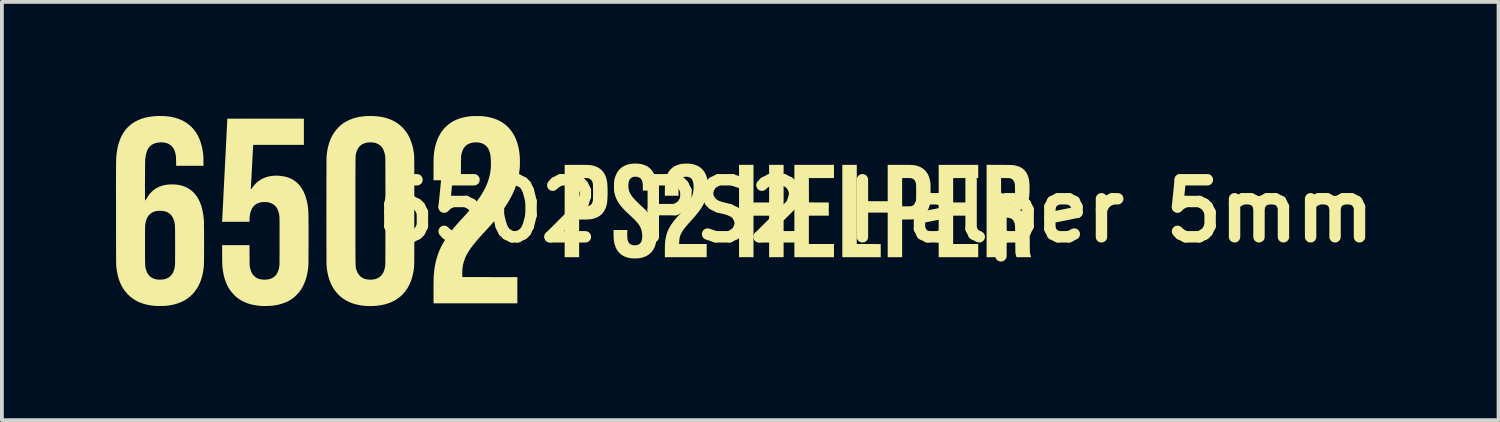
<source format=kicad_pcb>
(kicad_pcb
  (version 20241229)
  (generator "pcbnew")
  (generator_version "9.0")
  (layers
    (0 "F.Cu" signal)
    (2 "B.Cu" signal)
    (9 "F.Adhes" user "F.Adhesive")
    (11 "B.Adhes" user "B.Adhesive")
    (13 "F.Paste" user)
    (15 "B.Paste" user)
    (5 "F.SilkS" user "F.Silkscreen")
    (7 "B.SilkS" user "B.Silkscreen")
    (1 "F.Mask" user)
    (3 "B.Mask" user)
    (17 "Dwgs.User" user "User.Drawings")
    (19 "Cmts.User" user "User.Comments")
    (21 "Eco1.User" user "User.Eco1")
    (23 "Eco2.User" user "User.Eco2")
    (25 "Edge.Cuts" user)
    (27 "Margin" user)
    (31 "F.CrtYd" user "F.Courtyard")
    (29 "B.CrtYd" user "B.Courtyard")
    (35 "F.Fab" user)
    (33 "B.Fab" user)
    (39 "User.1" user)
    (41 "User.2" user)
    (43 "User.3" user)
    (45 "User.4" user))
  (footprint "6502 PS2 Helper 5mm"
    (layer "F.Cu")
    (at 19.987 2.499)
    (property "Reference" "6502 PS2 Helper 5mm" (at 0 0 0) (layer "F.SilkS") (effects (font (size 1.5 1.5) (thickness 0.3))))
    (attr board_only exclude_from_pos_files exclude_from_bom)
    (fp_poly (pts (xy -0.506 -0.173) (xy -0.506 0.867) (xy -0.191 0.868) (xy 0.123 0.869) (xy 0.124 1.042) (xy 0.125 1.214) (xy -0.381 1.214) (xy -0.886 1.214) (xy -0.886 0) (xy -0.886 -1.214) (xy -0.696 -1.214) (xy -0.506 -1.214)) (stroke (width 0) (type solid)) (fill yes) (layer "F.SilkS"))
    (fp_poly (pts (xy -3.222 -0.719) (xy -3.222 -0.224) (xy -3.016 -0.224) (xy -2.811 -0.224) (xy -2.811 -0.719) (xy -2.811 -1.214) (xy -2.621 -1.214) (xy -2.43 -1.214) (xy -2.43 0) (xy -2.43 1.214) (xy -2.621 1.214) (xy -2.811 1.214) (xy -2.811 0.668) (xy -2.811 0.123) (xy -3.016 0.123) (xy -3.222 0.123) (xy -3.222 0.668) (xy -3.222 1.214) (xy -3.412 1.214) (xy -3.602 1.214) (xy -3.602 0) (xy -3.602 -1.214) (xy -3.412 -1.214) (xy -3.222 -1.214)) (stroke (width 0) (type solid)) (fill yes) (layer "F.SilkS"))
    (fp_poly (pts (xy -1.106 -1.041) (xy -1.106 -0.867) (xy -1.436 -0.867) (xy -1.766 -0.867) (xy -1.765 -0.547) (xy -1.764 -0.226) (xy -1.503 -0.225) (xy -1.242 -0.224) (xy -1.242 -0.051) (xy -1.242 0.123) (xy -1.504 0.123) (xy -1.766 0.123) (xy -1.766 0.495) (xy -1.766 0.867) (xy -1.436 0.867) (xy -1.106 0.867) (xy -1.106 1.041) (xy -1.106 1.214) (xy -1.627 1.214) (xy -2.147 1.214) (xy -2.147 0) (xy -2.147 -1.214) (xy -1.627 -1.214) (xy -1.106 -1.214)) (stroke (width 0) (type solid)) (fill yes) (layer "F.SilkS"))
    (fp_poly (pts (xy 2.688 -1.041) (xy 2.688 -0.867) (xy 2.359 -0.867) (xy 2.029 -0.867) (xy 2.029 -0.546) (xy 2.029 -0.224) (xy 2.291 -0.224) (xy 2.553 -0.224) (xy 2.552 -0.052) (xy 2.551 0.121) (xy 2.29 0.122) (xy 2.029 0.123) (xy 2.029 0.495) (xy 2.029 0.867) (xy 2.359 0.867) (xy 2.688 0.867) (xy 2.688 1.041) (xy 2.688 1.214) (xy 2.168 1.214) (xy 1.648 1.214) (xy 1.648 0) (xy 1.648 -1.214) (xy 2.168 -1.214) (xy 2.688 -1.214)) (stroke (width 0) (type solid)) (fill yes) (layer "F.SilkS"))
    (fp_poly (pts (xy -7.818 -1.214) (xy -7.764 -1.214) (xy -7.717 -1.214) (xy -7.676 -1.214) (xy -7.642 -1.213) (xy -7.613 -1.213) (xy -7.588 -1.212) (xy -7.568 -1.211) (xy -7.55 -1.21) (xy -7.536 -1.209) (xy -7.524 -1.208) (xy -7.521 -1.208) (xy -7.451 -1.196) (xy -7.386 -1.178) (xy -7.328 -1.154) (xy -7.275 -1.123) (xy -7.229 -1.087) (xy -7.187 -1.044) (xy -7.152 -0.995) (xy -7.122 -0.94) (xy -7.098 -0.879) (xy -7.08 -0.811) (xy -7.074 -0.783) (xy -7.07 -0.753) (xy -7.066 -0.717) (xy -7.063 -0.674) (xy -7.061 -0.627) (xy -7.059 -0.577) (xy -7.059 -0.525) (xy -7.059 -0.472) (xy -7.059 -0.419) (xy -7.061 -0.369) (xy -7.063 -0.321) (xy -7.066 -0.278) (xy -7.069 -0.241) (xy -7.073 -0.21) (xy -7.074 -0.207) (xy -7.09 -0.137) (xy -7.112 -0.073) (xy -7.14 -0.015) (xy -7.173 0.036) (xy -7.211 0.081) (xy -7.256 0.12) (xy -7.306 0.152) (xy -7.362 0.179) (xy -7.423 0.199) (xy -7.429 0.201) (xy -7.457 0.208) (xy -7.485 0.213) (xy -7.514 0.217) (xy -7.546 0.22) (xy -7.581 0.222) (xy -7.622 0.224) (xy -7.669 0.224) (xy -7.687 0.224) (xy -7.807 0.224) (xy -7.807 0.719) (xy -7.807 1.214) (xy -7.998 1.214) (xy -8.188 1.214) (xy -8.188 0) (xy -8.188 -0.495) (xy -7.807 -0.495) (xy -7.807 -0.123) (xy -7.698 -0.123) (xy -7.659 -0.123) (xy -7.627 -0.124) (xy -7.602 -0.124) (xy -7.584 -0.126) (xy -7.571 -0.128) (xy -7.568 -0.128) (xy -7.534 -0.141) (xy -7.506 -0.158) (xy -7.483 -0.18) (xy -7.466 -0.209) (xy -7.453 -0.244) (xy -7.449 -0.261) (xy -7.447 -0.269) (xy -7.446 -0.279) (xy -7.444 -0.29) (xy -7.444 -0.304) (xy -7.443 -0.321) (xy -7.442 -0.342) (xy -7.442 -0.368) (xy -7.442 -0.4) (xy -7.442 -0.439) (xy -7.441 -0.485) (xy -7.441 -0.495) (xy -7.442 -0.543) (xy -7.442 -0.583) (xy -7.442 -0.616) (xy -7.442 -0.643) (xy -7.443 -0.665) (xy -7.443 -0.683) (xy -7.444 -0.697) (xy -7.445 -0.709) (xy -7.447 -0.719) (xy -7.449 -0.727) (xy -7.449 -0.729) (xy -7.46 -0.767) (xy -7.475 -0.797) (xy -7.494 -0.822) (xy -7.517 -0.84) (xy -7.526 -0.845) (xy -7.539 -0.851) (xy -7.552 -0.856) (xy -7.565 -0.86) (xy -7.58 -0.863) (xy -7.598 -0.865) (xy -7.62 -0.866) (xy -7.647 -0.867) (xy -7.682 -0.867) (xy -7.698 -0.867) (xy -7.807 -0.867) (xy -7.807 -0.495) (xy -8.188 -0.495) (xy -8.188 -1.214) (xy -7.88 -1.214)) (stroke (width 0) (type solid)) (fill yes) (layer "F.SilkS"))
    (fp_poly (pts (xy 0.683 -1.214) (xy 0.742 -1.214) (xy 0.793 -1.214) (xy 0.838 -1.213) (xy 0.877 -1.213) (xy 0.911 -1.212) (xy 0.94 -1.21) (xy 0.966 -1.209) (xy 0.988 -1.207) (xy 1.008 -1.204) (xy 1.027 -1.201) (xy 1.044 -1.198) (xy 1.06 -1.194) (xy 1.077 -1.189) (xy 1.094 -1.184) (xy 1.1 -1.182) (xy 1.158 -1.16) (xy 1.21 -1.131) (xy 1.257 -1.097) (xy 1.289 -1.067) (xy 1.323 -1.027) (xy 1.352 -0.985) (xy 1.377 -0.94) (xy 1.397 -0.889) (xy 1.413 -0.833) (xy 1.426 -0.771) (xy 1.426 -0.77) (xy 1.428 -0.759) (xy 1.43 -0.748) (xy 1.431 -0.736) (xy 1.432 -0.722) (xy 1.432 -0.705) (xy 1.433 -0.685) (xy 1.434 -0.66) (xy 1.434 -0.63) (xy 1.434 -0.594) (xy 1.434 -0.552) (xy 1.434 -0.501) (xy 1.434 -0.495) (xy 1.434 -0.441) (xy 1.434 -0.394) (xy 1.434 -0.354) (xy 1.433 -0.32) (xy 1.432 -0.291) (xy 1.431 -0.266) (xy 1.43 -0.244) (xy 1.427 -0.225) (xy 1.425 -0.208) (xy 1.422 -0.191) (xy 1.418 -0.175) (xy 1.414 -0.157) (xy 1.41 -0.144) (xy 1.389 -0.08) (xy 1.362 -0.022) (xy 1.33 0.029) (xy 1.292 0.075) (xy 1.249 0.114) (xy 1.199 0.148) (xy 1.143 0.176) (xy 1.081 0.198) (xy 1.013 0.214) (xy 1 0.216) (xy 0.984 0.218) (xy 0.963 0.219) (xy 0.937 0.221) (xy 0.906 0.222) (xy 0.868 0.222) (xy 0.832 0.223) (xy 0.687 0.225) (xy 0.687 0.72) (xy 0.687 1.214) (xy 0.497 1.214) (xy 0.307 1.214) (xy 0.307 0) (xy 0.307 -0.495) (xy 0.687 -0.495) (xy 0.687 -0.123) (xy 0.799 -0.123) (xy 0.838 -0.123) (xy 0.869 -0.123) (xy 0.894 -0.124) (xy 0.912 -0.126) (xy 0.926 -0.127) (xy 0.931 -0.129) (xy 0.966 -0.141) (xy 0.994 -0.159) (xy 1.016 -0.182) (xy 1.033 -0.211) (xy 1.046 -0.247) (xy 1.049 -0.264) (xy 1.051 -0.278) (xy 1.052 -0.298) (xy 1.054 -0.325) (xy 1.055 -0.357) (xy 1.055 -0.393) (xy 1.056 -0.432) (xy 1.056 -0.473) (xy 1.056 -0.514) (xy 1.056 -0.555) (xy 1.055 -0.593) (xy 1.055 -0.63) (xy 1.054 -0.662) (xy 1.053 -0.689) (xy 1.051 -0.711) (xy 1.05 -0.724) (xy 1.049 -0.725) (xy 1.039 -0.764) (xy 1.024 -0.796) (xy 1.005 -0.821) (xy 0.981 -0.84) (xy 0.975 -0.844) (xy 0.962 -0.85) (xy 0.95 -0.856) (xy 0.937 -0.86) (xy 0.922 -0.863) (xy 0.905 -0.865) (xy 0.883 -0.866) (xy 0.856 -0.867) (xy 0.822 -0.867) (xy 0.799 -0.867) (xy 0.687 -0.867) (xy 0.687 -0.495) (xy 0.307 -0.495) (xy 0.307 -1.214) (xy 0.617 -1.214)) (stroke (width 0) (type solid)) (fill yes) (layer "F.SilkS"))
    (fp_poly (pts (xy -4.929 -1.247) (xy -4.901 -1.245) (xy -4.889 -1.244) (xy -4.819 -1.232) (xy -4.754 -1.214) (xy -4.695 -1.189) (xy -4.641 -1.159) (xy -4.594 -1.122) (xy -4.551 -1.079) (xy -4.52 -1.039) (xy -4.491 -0.989) (xy -4.466 -0.936) (xy -4.447 -0.878) (xy -4.432 -0.815) (xy -4.423 -0.746) (xy -4.419 -0.703) (xy -4.417 -0.615) (xy -4.423 -0.529) (xy -4.437 -0.443) (xy -4.46 -0.358) (xy -4.491 -0.274) (xy -4.53 -0.191) (xy -4.577 -0.107) (xy -4.597 -0.076) (xy -4.622 -0.038) (xy -4.649 -0.001) (xy -4.678 0.038) (xy -4.71 0.078) (xy -4.745 0.12) (xy -4.784 0.166) (xy -4.829 0.216) (xy -4.877 0.27) (xy -4.928 0.326) (xy -4.972 0.377) (xy -5.011 0.424) (xy -5.045 0.467) (xy -5.074 0.506) (xy -5.098 0.544) (xy -5.118 0.579) (xy -5.135 0.614) (xy -5.148 0.648) (xy -5.158 0.682) (xy -5.166 0.718) (xy -5.171 0.754) (xy -5.174 0.793) (xy -5.175 0.809) (xy -5.177 0.867) (xy -4.815 0.867) (xy -4.453 0.867) (xy -4.453 1.041) (xy -4.453 1.214) (xy -5.003 1.214) (xy -5.553 1.214) (xy -5.553 1.054) (xy -5.552 0.998) (xy -5.552 0.95) (xy -5.551 0.907) (xy -5.55 0.87) (xy -5.548 0.837) (xy -5.545 0.807) (xy -5.542 0.778) (xy -5.538 0.75) (xy -5.535 0.733) (xy -5.522 0.664) (xy -5.504 0.599) (xy -5.482 0.536) (xy -5.454 0.475) (xy -5.421 0.413) (xy -5.382 0.351) (xy -5.336 0.287) (xy -5.317 0.263) (xy -5.305 0.247) (xy -5.293 0.232) (xy -5.28 0.216) (xy -5.265 0.199) (xy -5.249 0.18) (xy -5.229 0.158) (xy -5.206 0.132) (xy -5.179 0.102) (xy -5.147 0.066) (xy -5.137 0.056) (xy -5.078 -0.012) (xy -5.025 -0.075) (xy -4.979 -0.134) (xy -4.939 -0.191) (xy -4.904 -0.246) (xy -4.875 -0.299) (xy -4.851 -0.351) (xy -4.832 -0.403) (xy -4.817 -0.455) (xy -4.807 -0.508) (xy -4.8 -0.563) (xy -4.799 -0.566) (xy -4.797 -0.6) (xy -4.797 -0.637) (xy -4.799 -0.675) (xy -4.802 -0.712) (xy -4.807 -0.745) (xy -4.81 -0.761) (xy -4.823 -0.8) (xy -4.842 -0.833) (xy -4.866 -0.86) (xy -4.895 -0.881) (xy -4.929 -0.894) (xy -4.961 -0.9) (xy -5.007 -0.902) (xy -5.049 -0.897) (xy -5.085 -0.886) (xy -5.116 -0.867) (xy -5.142 -0.843) (xy -5.163 -0.811) (xy -5.175 -0.782) (xy -5.18 -0.767) (xy -5.184 -0.751) (xy -5.187 -0.732) (xy -5.189 -0.709) (xy -5.191 -0.683) (xy -5.192 -0.651) (xy -5.193 -0.612) (xy -5.193 -0.567) (xy -5.193 -0.545) (xy -5.193 -0.402) (xy -5.373 -0.402) (xy -5.553 -0.402) (xy -5.553 -0.549) (xy -5.552 -0.608) (xy -5.551 -0.661) (xy -5.549 -0.706) (xy -5.546 -0.747) (xy -5.542 -0.784) (xy -5.537 -0.817) (xy -5.53 -0.849) (xy -5.522 -0.88) (xy -5.512 -0.911) (xy -5.509 -0.918) (xy -5.484 -0.979) (xy -5.452 -1.033) (xy -5.415 -1.082) (xy -5.371 -1.125) (xy -5.322 -1.162) (xy -5.267 -1.192) (xy -5.207 -1.216) (xy -5.141 -1.234) (xy -5.123 -1.238) (xy -5.099 -1.241) (xy -5.069 -1.244) (xy -5.034 -1.246) (xy -4.998 -1.247) (xy -4.962 -1.247)) (stroke (width 0) (type solid)) (fill yes) (layer "F.SilkS"))
    (fp_poly (pts (xy -6.255 -1.245) (xy -6.195 -1.238) (xy -6.143 -1.227) (xy -6.082 -1.207) (xy -6.026 -1.181) (xy -5.976 -1.148) (xy -5.93 -1.108) (xy -5.891 -1.062) (xy -5.856 -1.01) (xy -5.828 -0.952) (xy -5.805 -0.888) (xy -5.8 -0.869) (xy -5.792 -0.838) (xy -5.786 -0.806) (xy -5.781 -0.773) (xy -5.778 -0.737) (xy -5.776 -0.695) (xy -5.774 -0.647) (xy -5.774 -0.64) (xy -5.771 -0.537) (xy -5.952 -0.537) (xy -6.132 -0.537) (xy -6.132 -0.612) (xy -6.133 -0.658) (xy -6.134 -0.696) (xy -6.138 -0.729) (xy -6.142 -0.757) (xy -6.148 -0.781) (xy -6.149 -0.784) (xy -6.164 -0.82) (xy -6.184 -0.849) (xy -6.211 -0.871) (xy -6.242 -0.888) (xy -6.279 -0.898) (xy -6.322 -0.902) (xy -6.325 -0.902) (xy -6.345 -0.901) (xy -6.364 -0.9) (xy -6.379 -0.898) (xy -6.382 -0.897) (xy -6.417 -0.884) (xy -6.446 -0.864) (xy -6.47 -0.839) (xy -6.489 -0.807) (xy -6.502 -0.769) (xy -6.51 -0.725) (xy -6.513 -0.674) (xy -6.513 -0.67) (xy -6.512 -0.629) (xy -6.507 -0.589) (xy -6.499 -0.551) (xy -6.488 -0.513) (xy -6.472 -0.476) (xy -6.451 -0.438) (xy -6.426 -0.399) (xy -6.395 -0.359) (xy -6.359 -0.317) (xy -6.317 -0.272) (xy -6.269 -0.224) (xy -6.214 -0.172) (xy -6.181 -0.142) (xy -6.117 -0.083) (xy -6.061 -0.028) (xy -6.011 0.024) (xy -5.967 0.074) (xy -5.929 0.122) (xy -5.896 0.168) (xy -5.867 0.214) (xy -5.843 0.26) (xy -5.823 0.307) (xy -5.806 0.355) (xy -5.794 0.397) (xy -5.779 0.467) (xy -5.77 0.541) (xy -5.767 0.617) (xy -5.768 0.693) (xy -5.775 0.767) (xy -5.788 0.837) (xy -5.794 0.864) (xy -5.815 0.93) (xy -5.842 0.989) (xy -5.875 1.043) (xy -5.915 1.091) (xy -5.96 1.132) (xy -6.011 1.168) (xy -6.067 1.197) (xy -6.129 1.22) (xy -6.19 1.236) (xy -6.215 1.24) (xy -6.247 1.243) (xy -6.282 1.245) (xy -6.32 1.246) (xy -6.358 1.247) (xy -6.394 1.246) (xy -6.426 1.245) (xy -6.451 1.242) (xy -6.454 1.242) (xy -6.523 1.228) (xy -6.587 1.207) (xy -6.645 1.181) (xy -6.697 1.148) (xy -6.743 1.109) (xy -6.783 1.064) (xy -6.817 1.013) (xy -6.846 0.956) (xy -6.868 0.893) (xy -6.885 0.825) (xy -6.89 0.793) (xy -6.895 0.763) (xy -6.898 0.732) (xy -6.9 0.699) (xy -6.901 0.661) (xy -6.902 0.618) (xy -6.902 0.599) (xy -6.902 0.499) (xy -6.722 0.499) (xy -6.542 0.499) (xy -6.542 0.602) (xy -6.542 0.645) (xy -6.541 0.681) (xy -6.539 0.711) (xy -6.536 0.736) (xy -6.532 0.758) (xy -6.527 0.777) (xy -6.523 0.79) (xy -6.506 0.825) (xy -6.484 0.853) (xy -6.457 0.875) (xy -6.424 0.89) (xy -6.386 0.899) (xy -6.346 0.901) (xy -6.304 0.899) (xy -6.268 0.891) (xy -6.238 0.878) (xy -6.212 0.86) (xy -6.201 0.849) (xy -6.184 0.827) (xy -6.17 0.801) (xy -6.16 0.771) (xy -6.153 0.735) (xy -6.149 0.693) (xy -6.148 0.656) (xy -6.15 0.597) (xy -6.158 0.543) (xy -6.171 0.492) (xy -6.19 0.442) (xy -6.196 0.429) (xy -6.21 0.401) (xy -6.228 0.373) (xy -6.248 0.343) (xy -6.272 0.313) (xy -6.301 0.28) (xy -6.333 0.244) (xy -6.371 0.206) (xy -6.415 0.164) (xy -6.465 0.117) (xy -6.492 0.092) (xy -6.556 0.033) (xy -6.613 -0.024) (xy -6.663 -0.078) (xy -6.708 -0.129) (xy -6.746 -0.18) (xy -6.779 -0.229) (xy -6.808 -0.279) (xy -6.832 -0.329) (xy -6.852 -0.38) (xy -6.868 -0.433) (xy -6.88 -0.482) (xy -6.883 -0.498) (xy -6.886 -0.513) (xy -6.888 -0.527) (xy -6.889 -0.542) (xy -6.89 -0.559) (xy -6.891 -0.58) (xy -6.891 -0.606) (xy -6.891 -0.638) (xy -6.891 -0.647) (xy -6.891 -0.693) (xy -6.89 -0.733) (xy -6.888 -0.767) (xy -6.884 -0.797) (xy -6.879 -0.826) (xy -6.873 -0.854) (xy -6.864 -0.883) (xy -6.857 -0.904) (xy -6.832 -0.967) (xy -6.801 -1.023) (xy -6.765 -1.074) (xy -6.722 -1.118) (xy -6.674 -1.156) (xy -6.621 -1.187) (xy -6.562 -1.213) (xy -6.498 -1.231) (xy -6.442 -1.241) (xy -6.381 -1.247) (xy -6.318 -1.248)) (stroke (width 0) (type solid)) (fill yes) (layer "F.SilkS"))
    (fp_poly (pts (xy 3.246 -1.213) (xy 3.31 -1.213) (xy 3.366 -1.213) (xy 3.415 -1.212) (xy 3.457 -1.212) (xy 3.494 -1.211) (xy 3.525 -1.211) (xy 3.552 -1.21) (xy 3.575 -1.209) (xy 3.595 -1.207) (xy 3.612 -1.206) (xy 3.627 -1.204) (xy 3.641 -1.202) (xy 3.654 -1.199) (xy 3.668 -1.196) (xy 3.682 -1.192) (xy 3.697 -1.188) (xy 3.758 -1.169) (xy 3.812 -1.144) (xy 3.86 -1.113) (xy 3.901 -1.076) (xy 3.937 -1.034) (xy 3.968 -0.985) (xy 3.979 -0.963) (xy 3.995 -0.925) (xy 4.008 -0.884) (xy 4.019 -0.841) (xy 4.027 -0.793) (xy 4.033 -0.74) (xy 4.036 -0.682) (xy 4.038 -0.616) (xy 4.038 -0.59) (xy 4.037 -0.52) (xy 4.034 -0.457) (xy 4.03 -0.4) (xy 4.023 -0.35) (xy 4.014 -0.305) (xy 4.002 -0.264) (xy 3.988 -0.226) (xy 3.971 -0.192) (xy 3.951 -0.159) (xy 3.949 -0.157) (xy 3.925 -0.127) (xy 3.896 -0.097) (xy 3.863 -0.07) (xy 3.829 -0.048) (xy 3.806 -0.036) (xy 3.796 -0.031) (xy 3.79 -0.026) (xy 3.789 -0.025) (xy 3.794 -0.021) (xy 3.804 -0.016) (xy 3.818 -0.009) (xy 3.822 -0.007) (xy 3.866 0.015) (xy 3.903 0.042) (xy 3.935 0.074) (xy 3.962 0.111) (xy 3.985 0.154) (xy 4.003 0.205) (xy 4.015 0.247) (xy 4.019 0.264) (xy 4.022 0.28) (xy 4.025 0.296) (xy 4.028 0.313) (xy 4.03 0.33) (xy 4.033 0.349) (xy 4.034 0.371) (xy 4.036 0.395) (xy 4.037 0.423) (xy 4.038 0.455) (xy 4.039 0.492) (xy 4.04 0.535) (xy 4.04 0.584) (xy 4.041 0.639) (xy 4.042 0.702) (xy 4.042 0.742) (xy 4.043 0.805) (xy 4.043 0.86) (xy 4.044 0.907) (xy 4.044 0.948) (xy 4.045 0.983) (xy 4.045 1.012) (xy 4.046 1.037) (xy 4.047 1.057) (xy 4.047 1.074) (xy 4.048 1.087) (xy 4.049 1.098) (xy 4.05 1.108) (xy 4.052 1.116) (xy 4.053 1.123) (xy 4.054 1.127) (xy 4.059 1.148) (xy 4.065 1.168) (xy 4.07 1.184) (xy 4.071 1.188) (xy 4.076 1.2) (xy 4.079 1.209) (xy 4.08 1.212) (xy 4.076 1.213) (xy 4.065 1.213) (xy 4.046 1.213) (xy 4.022 1.214) (xy 3.992 1.214) (xy 3.958 1.214) (xy 3.921 1.214) (xy 3.888 1.214) (xy 3.695 1.214) (xy 3.691 1.203) (xy 3.688 1.194) (xy 3.684 1.179) (xy 3.679 1.16) (xy 3.675 1.146) (xy 3.665 1.102) (xy 3.661 0.747) (xy 3.661 0.68) (xy 3.66 0.622) (xy 3.659 0.571) (xy 3.659 0.527) (xy 3.658 0.49) (xy 3.657 0.458) (xy 3.657 0.431) (xy 3.656 0.409) (xy 3.655 0.392) (xy 3.654 0.378) (xy 3.653 0.367) (xy 3.652 0.359) (xy 3.652 0.357) (xy 3.642 0.314) (xy 3.629 0.278) (xy 3.612 0.249) (xy 3.592 0.225) (xy 3.567 0.206) (xy 3.536 0.192) (xy 3.52 0.186) (xy 3.509 0.183) (xy 3.499 0.18) (xy 3.487 0.179) (xy 3.473 0.177) (xy 3.455 0.176) (xy 3.431 0.175) (xy 3.4 0.175) (xy 3.39 0.174) (xy 3.289 0.173) (xy 3.289 0.693) (xy 3.289 1.214) (xy 3.099 1.214) (xy 2.908 1.214) (xy 2.908 -0.000211) (xy 2.908 -0.52) (xy 3.289 -0.52) (xy 3.289 -0.172) (xy 3.39 -0.175) (xy 3.424 -0.175) (xy 3.452 -0.176) (xy 3.473 -0.178) (xy 3.489 -0.179) (xy 3.502 -0.181) (xy 3.512 -0.183) (xy 3.513 -0.184) (xy 3.55 -0.198) (xy 3.58 -0.217) (xy 3.605 -0.24) (xy 3.624 -0.268) (xy 3.639 -0.304) (xy 3.646 -0.325) (xy 3.648 -0.334) (xy 3.65 -0.342) (xy 3.651 -0.352) (xy 3.652 -0.363) (xy 3.653 -0.377) (xy 3.654 -0.395) (xy 3.654 -0.417) (xy 3.655 -0.446) (xy 3.655 -0.48) (xy 3.655 -0.52) (xy 3.655 -0.568) (xy 3.654 -0.608) (xy 3.654 -0.641) (xy 3.653 -0.669) (xy 3.651 -0.692) (xy 3.649 -0.712) (xy 3.646 -0.728) (xy 3.642 -0.743) (xy 3.636 -0.757) (xy 3.63 -0.771) (xy 3.625 -0.782) (xy 3.608 -0.81) (xy 3.585 -0.833) (xy 3.556 -0.85) (xy 3.544 -0.855) (xy 3.536 -0.858) (xy 3.529 -0.86) (xy 3.52 -0.862) (xy 3.509 -0.864) (xy 3.495 -0.865) (xy 3.477 -0.865) (xy 3.453 -0.866) (xy 3.422 -0.866) (xy 3.405 -0.866) (xy 3.289 -0.868) (xy 3.289 -0.52) (xy 2.908 -0.52) (xy 2.908 -1.215)) (stroke (width 0) (type solid)) (fill yes) (layer "F.SilkS"))
    (fp_poly (pts (xy -10.458 -2.497) (xy -10.42 -2.497) (xy -10.386 -2.496) (xy -10.357 -2.494) (xy -10.337 -2.493) (xy -10.237 -2.479) (xy -10.143 -2.46) (xy -10.056 -2.435) (xy -9.973 -2.405) (xy -9.897 -2.369) (xy -9.825 -2.327) (xy -9.758 -2.279) (xy -9.747 -2.271) (xy -9.731 -2.257) (xy -9.712 -2.24) (xy -9.692 -2.22) (xy -9.672 -2.201) (xy -9.667 -2.195) (xy -9.609 -2.13) (xy -9.558 -2.058) (xy -9.512 -1.981) (xy -9.473 -1.898) (xy -9.439 -1.808) (xy -9.412 -1.713) (xy -9.39 -1.612) (xy -9.375 -1.506) (xy -9.369 -1.439) (xy -9.367 -1.404) (xy -9.365 -1.364) (xy -9.365 -1.319) (xy -9.365 -1.273) (xy -9.365 -1.227) (xy -9.366 -1.184) (xy -9.368 -1.145) (xy -9.37 -1.117) (xy -9.383 -1.013) (xy -9.4 -0.911) (xy -9.423 -0.81) (xy -9.452 -0.711) (xy -9.487 -0.611) (xy -9.527 -0.512) (xy -9.574 -0.413) (xy -9.628 -0.312) (xy -9.688 -0.211) (xy -9.755 -0.108) (xy -9.829 -0.002) (xy -9.91 0.105) (xy -9.999 0.216) (xy -10.02 0.241) (xy -10.053 0.28) (xy -10.085 0.318) (xy -10.118 0.355) (xy -10.152 0.394) (xy -10.188 0.434) (xy -10.228 0.478) (xy -10.272 0.525) (xy -10.295 0.55) (xy -10.366 0.628) (xy -10.431 0.7) (xy -10.49 0.768) (xy -10.543 0.832) (xy -10.592 0.892) (xy -10.635 0.948) (xy -10.674 1.002) (xy -10.708 1.054) (xy -10.739 1.104) (xy -10.765 1.153) (xy -10.789 1.2) (xy -10.809 1.247) (xy -10.826 1.295) (xy -10.842 1.342) (xy -10.851 1.377) (xy -10.862 1.423) (xy -10.869 1.468) (xy -10.875 1.515) (xy -10.879 1.565) (xy -10.88 1.622) (xy -10.88 1.637) (xy -10.881 1.737) (xy -10.156 1.738) (xy -9.432 1.739) (xy -9.432 2.084) (xy -9.432 2.428) (xy -10.534 2.428) (xy -11.636 2.428) (xy -11.636 2.105) (xy -11.636 2.052) (xy -11.636 1.999) (xy -11.636 1.948) (xy -11.635 1.901) (xy -11.635 1.856) (xy -11.634 1.816) (xy -11.634 1.781) (xy -11.633 1.752) (xy -11.632 1.73) (xy -11.632 1.717) (xy -11.621 1.594) (xy -11.606 1.478) (xy -11.585 1.367) (xy -11.559 1.261) (xy -11.527 1.158) (xy -11.49 1.058) (xy -11.445 0.959) (xy -11.394 0.861) (xy -11.336 0.764) (xy -11.271 0.665) (xy -11.215 0.588) (xy -11.182 0.544) (xy -11.148 0.501) (xy -11.113 0.457) (xy -11.076 0.413) (xy -11.037 0.367) (xy -10.993 0.318) (xy -10.946 0.265) (xy -10.893 0.208) (xy -10.881 0.195) (xy -10.797 0.103) (xy -10.719 0.015) (xy -10.648 -0.068) (xy -10.583 -0.147) (xy -10.523 -0.223) (xy -10.469 -0.295) (xy -10.419 -0.365) (xy -10.375 -0.433) (xy -10.335 -0.499) (xy -10.299 -0.564) (xy -10.267 -0.628) (xy -10.239 -0.691) (xy -10.214 -0.754) (xy -10.196 -0.806) (xy -10.171 -0.891) (xy -10.152 -0.974) (xy -10.138 -1.057) (xy -10.13 -1.141) (xy -10.127 -1.229) (xy -10.127 -1.295) (xy -10.13 -1.367) (xy -10.136 -1.432) (xy -10.145 -1.49) (xy -10.157 -1.541) (xy -10.172 -1.587) (xy -10.19 -1.628) (xy -10.212 -1.663) (xy -10.237 -1.695) (xy -10.242 -1.7) (xy -10.279 -1.734) (xy -10.32 -1.761) (xy -10.366 -1.781) (xy -10.417 -1.795) (xy -10.474 -1.803) (xy -10.496 -1.805) (xy -10.556 -1.805) (xy -10.613 -1.798) (xy -10.666 -1.785) (xy -10.714 -1.766) (xy -10.757 -1.741) (xy -10.775 -1.727) (xy -10.809 -1.695) (xy -10.837 -1.659) (xy -10.862 -1.616) (xy -10.882 -1.567) (xy -10.898 -1.512) (xy -10.905 -1.48) (xy -10.907 -1.471) (xy -10.908 -1.462) (xy -10.909 -1.453) (xy -10.911 -1.443) (xy -10.911 -1.43) (xy -10.912 -1.415) (xy -10.913 -1.397) (xy -10.913 -1.375) (xy -10.914 -1.348) (xy -10.914 -1.316) (xy -10.915 -1.278) (xy -10.915 -1.233) (xy -10.915 -1.182) (xy -10.916 -1.122) (xy -10.916 -1.122) (xy -10.917 -0.808) (xy -11.277 -0.808) (xy -11.636 -0.808) (xy -11.636 -1.095) (xy -11.636 -1.159) (xy -11.636 -1.215) (xy -11.636 -1.264) (xy -11.635 -1.307) (xy -11.634 -1.345) (xy -11.634 -1.378) (xy -11.633 -1.408) (xy -11.631 -1.435) (xy -11.629 -1.46) (xy -11.627 -1.483) (xy -11.625 -1.506) (xy -11.622 -1.53) (xy -11.619 -1.555) (xy -11.602 -1.657) (xy -11.578 -1.754) (xy -11.548 -1.845) (xy -11.512 -1.932) (xy -11.47 -2.012) (xy -11.423 -2.088) (xy -11.369 -2.157) (xy -11.309 -2.22) (xy -11.244 -2.277) (xy -11.179 -2.325) (xy -11.108 -2.367) (xy -11.031 -2.403) (xy -10.949 -2.434) (xy -10.86 -2.459) (xy -10.766 -2.478) (xy -10.665 -2.492) (xy -10.663 -2.493) (xy -10.64 -2.494) (xy -10.61 -2.496) (xy -10.575 -2.497) (xy -10.537 -2.497) (xy -10.498 -2.498)) (stroke (width 0) (type solid)) (fill yes) (layer "F.SilkS"))
    (fp_poly (pts (xy -15.046 -2.084) (xy -15.046 -1.739) (xy -15.712 -1.739) (xy -16.378 -1.739) (xy -16.38 -1.704) (xy -16.381 -1.695) (xy -16.382 -1.679) (xy -16.383 -1.655) (xy -16.385 -1.624) (xy -16.387 -1.587) (xy -16.389 -1.545) (xy -16.392 -1.497) (xy -16.395 -1.445) (xy -16.398 -1.389) (xy -16.401 -1.329) (xy -16.404 -1.267) (xy -16.408 -1.202) (xy -16.41 -1.155) (xy -16.414 -1.089) (xy -16.417 -1.025) (xy -16.42 -0.964) (xy -16.423 -0.905) (xy -16.426 -0.85) (xy -16.429 -0.8) (xy -16.432 -0.754) (xy -16.434 -0.713) (xy -16.436 -0.678) (xy -16.437 -0.649) (xy -16.439 -0.628) (xy -16.44 -0.613) (xy -16.44 -0.608) (xy -16.441 -0.592) (xy -16.441 -0.582) (xy -16.44 -0.577) (xy -16.436 -0.576) (xy -16.435 -0.575) (xy -16.428 -0.579) (xy -16.419 -0.59) (xy -16.407 -0.606) (xy -16.404 -0.61) (xy -16.357 -0.673) (xy -16.305 -0.73) (xy -16.248 -0.779) (xy -16.186 -0.822) (xy -16.119 -0.858) (xy -16.049 -0.886) (xy -15.974 -0.908) (xy -15.895 -0.922) (xy -15.812 -0.929) (xy -15.73 -0.929) (xy -15.643 -0.922) (xy -15.563 -0.909) (xy -15.487 -0.89) (xy -15.417 -0.865) (xy -15.35 -0.833) (xy -15.301 -0.803) (xy -15.243 -0.759) (xy -15.19 -0.708) (xy -15.141 -0.651) (xy -15.097 -0.586) (xy -15.057 -0.516) (xy -15.023 -0.439) (xy -14.993 -0.355) (xy -14.969 -0.266) (xy -14.95 -0.172) (xy -14.944 -0.136) (xy -14.941 -0.118) (xy -14.939 -0.101) (xy -14.937 -0.084) (xy -14.935 -0.068) (xy -14.933 -0.051) (xy -14.931 -0.034) (xy -14.93 -0.015) (xy -14.929 0.005) (xy -14.928 0.028) (xy -14.927 0.053) (xy -14.926 0.081) (xy -14.925 0.112) (xy -14.925 0.147) (xy -14.924 0.187) (xy -14.924 0.232) (xy -14.924 0.282) (xy -14.924 0.337) (xy -14.923 0.399) (xy -14.923 0.467) (xy -14.923 0.542) (xy -14.923 0.625) (xy -14.923 0.716) (xy -14.923 0.722) (xy -14.923 0.818) (xy -14.923 0.909) (xy -14.923 0.993) (xy -14.924 1.071) (xy -14.924 1.142) (xy -14.924 1.206) (xy -14.925 1.263) (xy -14.925 1.312) (xy -14.925 1.354) (xy -14.926 1.388) (xy -14.927 1.414) (xy -14.927 1.432) (xy -14.928 1.439) (xy -14.939 1.549) (xy -14.957 1.653) (xy -14.981 1.751) (xy -15.011 1.844) (xy -15.047 1.931) (xy -15.089 2.013) (xy -15.136 2.088) (xy -15.19 2.157) (xy -15.25 2.22) (xy -15.315 2.278) (xy -15.38 2.325) (xy -15.451 2.367) (xy -15.529 2.403) (xy -15.612 2.434) (xy -15.701 2.46) (xy -15.795 2.479) (xy -15.89 2.492) (xy -15.906 2.493) (xy -15.929 2.494) (xy -15.956 2.496) (xy -15.987 2.497) (xy -16.019 2.497) (xy -16.051 2.498) (xy -16.081 2.499) (xy -16.108 2.499) (xy -16.131 2.499) (xy -16.147 2.498) (xy -16.15 2.498) (xy -16.189 2.494) (xy -16.22 2.492) (xy -16.246 2.489) (xy -16.268 2.487) (xy -16.287 2.484) (xy -16.304 2.482) (xy -16.322 2.479) (xy -16.326 2.478) (xy -16.421 2.459) (xy -16.512 2.433) (xy -16.597 2.4) (xy -16.677 2.361) (xy -16.751 2.316) (xy -16.812 2.271) (xy -16.828 2.257) (xy -16.847 2.24) (xy -16.867 2.22) (xy -16.887 2.201) (xy -16.892 2.195) (xy -16.95 2.13) (xy -17.001 2.06) (xy -17.046 1.983) (xy -17.085 1.901) (xy -17.118 1.813) (xy -17.146 1.72) (xy -17.167 1.62) (xy -17.183 1.514) (xy -17.191 1.437) (xy -17.191 1.422) (xy -17.192 1.4) (xy -17.193 1.372) (xy -17.194 1.338) (xy -17.194 1.299) (xy -17.194 1.257) (xy -17.195 1.212) (xy -17.195 1.166) (xy -17.195 1.14) (xy -17.195 0.897) (xy -16.836 0.897) (xy -16.476 0.897) (xy -16.475 1.167) (xy -16.474 1.222) (xy -16.474 1.27) (xy -16.474 1.311) (xy -16.473 1.346) (xy -16.473 1.375) (xy -16.472 1.399) (xy -16.471 1.419) (xy -16.47 1.435) (xy -16.469 1.448) (xy -16.468 1.459) (xy -16.467 1.469) (xy -16.466 1.476) (xy -16.457 1.514) (xy -16.446 1.552) (xy -16.433 1.589) (xy -16.419 1.621) (xy -16.411 1.637) (xy -16.396 1.659) (xy -16.377 1.684) (xy -16.354 1.708) (xy -16.331 1.73) (xy -16.309 1.748) (xy -16.297 1.755) (xy -16.256 1.775) (xy -16.209 1.79) (xy -16.158 1.8) (xy -16.105 1.805) (xy -16.052 1.805) (xy -16 1.8) (xy -15.95 1.79) (xy -15.904 1.775) (xy -15.875 1.761) (xy -15.833 1.734) (xy -15.796 1.701) (xy -15.765 1.663) (xy -15.739 1.618) (xy -15.718 1.568) (xy -15.702 1.51) (xy -15.691 1.446) (xy -15.689 1.432) (xy -15.688 1.423) (xy -15.688 1.405) (xy -15.687 1.381) (xy -15.687 1.349) (xy -15.687 1.312) (xy -15.686 1.269) (xy -15.686 1.222) (xy -15.686 1.17) (xy -15.685 1.114) (xy -15.685 1.055) (xy -15.685 0.994) (xy -15.685 0.931) (xy -15.685 0.866) (xy -15.685 0.801) (xy -15.685 0.736) (xy -15.685 0.671) (xy -15.685 0.607) (xy -15.685 0.545) (xy -15.685 0.485) (xy -15.685 0.428) (xy -15.686 0.375) (xy -15.686 0.325) (xy -15.686 0.281) (xy -15.687 0.241) (xy -15.687 0.207) (xy -15.688 0.18) (xy -15.688 0.16) (xy -15.689 0.147) (xy -15.689 0.145) (xy -15.699 0.078) (xy -15.714 0.017) (xy -15.734 -0.037) (xy -15.76 -0.084) (xy -15.791 -0.125) (xy -15.827 -0.159) (xy -15.869 -0.187) (xy -15.916 -0.21) (xy -15.969 -0.225) (xy -15.977 -0.227) (xy -16.006 -0.232) (xy -16.041 -0.234) (xy -16.078 -0.235) (xy -16.117 -0.234) (xy -16.153 -0.231) (xy -16.184 -0.227) (xy -16.192 -0.225) (xy -16.245 -0.209) (xy -16.292 -0.187) (xy -16.333 -0.159) (xy -16.369 -0.124) (xy -16.4 -0.083) (xy -16.425 -0.035) (xy -16.446 0.019) (xy -16.461 0.079) (xy -16.47 0.147) (xy -16.474 0.21) (xy -16.477 0.283) (xy -16.836 0.283) (xy -17.195 0.283) (xy -17.195 0.268) (xy -17.195 0.262) (xy -17.194 0.248) (xy -17.193 0.227) (xy -17.192 0.198) (xy -17.19 0.162) (xy -17.188 0.119) (xy -17.185 0.07) (xy -17.182 0.015) (xy -17.179 -0.047) (xy -17.176 -0.114) (xy -17.172 -0.186) (xy -17.168 -0.263) (xy -17.164 -0.344) (xy -17.16 -0.43) (xy -17.155 -0.52) (xy -17.151 -0.613) (xy -17.146 -0.709) (xy -17.141 -0.809) (xy -17.135 -0.911) (xy -17.13 -1.015) (xy -17.127 -1.073) (xy -17.122 -1.178) (xy -17.117 -1.281) (xy -17.111 -1.382) (xy -17.106 -1.48) (xy -17.102 -1.575) (xy -17.097 -1.667) (xy -17.092 -1.755) (xy -17.088 -1.839) (xy -17.084 -1.918) (xy -17.08 -1.993) (xy -17.077 -2.063) (xy -17.074 -2.127) (xy -17.071 -2.186) (xy -17.068 -2.238) (xy -17.066 -2.285) (xy -17.064 -2.325) (xy -17.062 -2.357) (xy -17.061 -2.383) (xy -17.06 -2.401) (xy -17.06 -2.411) (xy -17.06 -2.412) (xy -17.06 -2.428) (xy -16.053 -2.428) (xy -15.046 -2.428)) (stroke (width 0) (type solid)) (fill yes) (layer "F.SilkS"))
    (fp_poly (pts (xy -13.213 -2.497) (xy -13.118 -2.49) (xy -13.026 -2.478) (xy -12.952 -2.464) (xy -12.859 -2.439) (xy -12.772 -2.408) (xy -12.689 -2.37) (xy -12.612 -2.326) (xy -12.541 -2.275) (xy -12.474 -2.218) (xy -12.414 -2.154) (xy -12.359 -2.085) (xy -12.31 -2.009) (xy -12.267 -1.928) (xy -12.23 -1.84) (xy -12.199 -1.747) (xy -12.19 -1.715) (xy -12.179 -1.667) (xy -12.168 -1.613) (xy -12.158 -1.555) (xy -12.15 -1.495) (xy -12.149 -1.489) (xy -12.149 -1.483) (xy -12.148 -1.476) (xy -12.147 -1.469) (xy -12.147 -1.461) (xy -12.146 -1.451) (xy -12.146 -1.441) (xy -12.145 -1.428) (xy -12.145 -1.413) (xy -12.144 -1.396) (xy -12.144 -1.377) (xy -12.144 -1.355) (xy -12.143 -1.329) (xy -12.143 -1.3) (xy -12.143 -1.268) (xy -12.143 -1.231) (xy -12.143 -1.19) (xy -12.142 -1.145) (xy -12.142 -1.095) (xy -12.142 -1.04) (xy -12.142 -0.979) (xy -12.142 -0.913) (xy -12.142 -0.841) (xy -12.142 -0.762) (xy -12.142 -0.677) (xy -12.142 -0.586) (xy -12.142 -0.487) (xy -12.142 -0.381) (xy -12.142 -0.268) (xy -12.142 -0.146) (xy -12.142 -0.017) (xy -12.142 0) (xy -12.142 0.131) (xy -12.142 0.253) (xy -12.142 0.367) (xy -12.142 0.474) (xy -12.142 0.574) (xy -12.142 0.666) (xy -12.142 0.752) (xy -12.142 0.831) (xy -12.142 0.904) (xy -12.142 0.971) (xy -12.142 1.032) (xy -12.142 1.088) (xy -12.142 1.139) (xy -12.142 1.185) (xy -12.143 1.226) (xy -12.143 1.263) (xy -12.143 1.296) (xy -12.143 1.326) (xy -12.144 1.352) (xy -12.144 1.374) (xy -12.144 1.394) (xy -12.145 1.411) (xy -12.145 1.426) (xy -12.146 1.439) (xy -12.146 1.45) (xy -12.147 1.46) (xy -12.147 1.468) (xy -12.148 1.475) (xy -12.149 1.482) (xy -12.149 1.488) (xy -12.149 1.489) (xy -12.164 1.592) (xy -12.184 1.688) (xy -12.209 1.779) (xy -12.238 1.863) (xy -12.274 1.942) (xy -12.314 2.017) (xy -12.361 2.088) (xy -12.395 2.132) (xy -12.452 2.196) (xy -12.515 2.254) (xy -12.583 2.306) (xy -12.657 2.352) (xy -12.737 2.392) (xy -12.822 2.426) (xy -12.912 2.453) (xy -13.007 2.474) (xy -13.106 2.489) (xy -13.211 2.498) (xy -13.319 2.5) (xy -13.394 2.497) (xy -13.419 2.496) (xy -13.45 2.493) (xy -13.483 2.489) (xy -13.518 2.485) (xy -13.55 2.481) (xy -13.578 2.476) (xy -13.591 2.474) (xy -13.687 2.453) (xy -13.777 2.425) (xy -13.862 2.391) (xy -13.941 2.35) (xy -14.015 2.303) (xy -14.084 2.25) (xy -14.147 2.19) (xy -14.205 2.124) (xy -14.255 2.055) (xy -14.3 1.981) (xy -14.338 1.903) (xy -14.371 1.821) (xy -14.399 1.733) (xy -14.421 1.639) (xy -14.438 1.54) (xy -14.449 1.436) (xy -14.45 1.427) (xy -14.45 1.41) (xy -14.45 1.385) (xy -14.451 1.353) (xy -14.451 1.315) (xy -14.451 1.269) (xy -14.452 1.218) (xy -14.452 1.16) (xy -14.452 1.098) (xy -14.452 1.03) (xy -14.453 0.958) (xy -14.453 0.881) (xy -14.453 0.801) (xy -14.453 0.718) (xy -14.453 0.631) (xy -14.453 0.542) (xy -14.453 0.451) (xy -14.453 0.357) (xy -14.454 0.263) (xy -14.454 0.167) (xy -14.454 0.071) (xy -14.454 -0.026) (xy -14.454 -0.123) (xy -14.454 -0.219) (xy -14.453 -0.31) (xy -13.69 -0.31) (xy -13.69 -0.191) (xy -13.69 -0.063) (xy -13.69 0) (xy -13.69 0.131) (xy -13.69 0.254) (xy -13.69 0.37) (xy -13.69 0.477) (xy -13.69 0.578) (xy -13.69 0.671) (xy -13.69 0.757) (xy -13.69 0.837) (xy -13.69 0.91) (xy -13.69 0.978) (xy -13.689 1.04) (xy -13.689 1.096) (xy -13.689 1.148) (xy -13.689 1.194) (xy -13.689 1.236) (xy -13.688 1.274) (xy -13.688 1.307) (xy -13.687 1.337) (xy -13.687 1.363) (xy -13.686 1.387) (xy -13.686 1.407) (xy -13.685 1.424) (xy -13.684 1.439) (xy -13.683 1.452) (xy -13.682 1.464) (xy -13.681 1.473) (xy -13.68 1.482) (xy -13.679 1.489) (xy -13.678 1.496) (xy -13.676 1.502) (xy -13.675 1.508) (xy -13.673 1.514) (xy -13.672 1.521) (xy -13.671 1.524) (xy -13.653 1.58) (xy -13.63 1.631) (xy -13.601 1.675) (xy -13.567 1.713) (xy -13.527 1.745) (xy -13.483 1.77) (xy -13.434 1.789) (xy -13.43 1.79) (xy -13.389 1.798) (xy -13.344 1.803) (xy -13.296 1.805) (xy -13.248 1.803) (xy -13.203 1.798) (xy -13.182 1.794) (xy -13.148 1.784) (xy -13.112 1.769) (xy -13.077 1.751) (xy -13.047 1.731) (xy -13.04 1.726) (xy -13.005 1.691) (xy -12.975 1.649) (xy -12.949 1.601) (xy -12.929 1.546) (xy -12.915 1.485) (xy -12.905 1.418) (xy -12.905 1.41) (xy -12.904 1.394) (xy -12.904 1.37) (xy -12.904 1.339) (xy -12.904 1.301) (xy -12.903 1.257) (xy -12.903 1.206) (xy -12.903 1.15) (xy -12.903 1.088) (xy -12.902 1.022) (xy -12.902 0.951) (xy -12.902 0.875) (xy -12.902 0.796) (xy -12.902 0.714) (xy -12.902 0.628) (xy -12.901 0.54) (xy -12.901 0.45) (xy -12.901 0.357) (xy -12.901 0.264) (xy -12.901 0.169) (xy -12.901 0.073) (xy -12.901 -0.022) (xy -12.901 -0.118) (xy -12.901 -0.213) (xy -12.901 -0.308) (xy -12.901 -0.401) (xy -12.901 -0.492) (xy -12.901 -0.582) (xy -12.902 -0.669) (xy -12.902 -0.753) (xy -12.902 -0.834) (xy -12.902 -0.911) (xy -12.902 -0.985) (xy -12.902 -1.054) (xy -12.903 -1.118) (xy -12.903 -1.177) (xy -12.903 -1.231) (xy -12.903 -1.278) (xy -12.904 -1.32) (xy -12.904 -1.355) (xy -12.904 -1.382) (xy -12.905 -1.402) (xy -12.905 -1.414) (xy -12.905 -1.418) (xy -12.914 -1.482) (xy -12.928 -1.541) (xy -12.947 -1.595) (xy -12.97 -1.642) (xy -12.996 -1.68) (xy -13.028 -1.714) (xy -13.066 -1.744) (xy -13.109 -1.768) (xy -13.156 -1.787) (xy -13.184 -1.795) (xy -13.214 -1.8) (xy -13.249 -1.803) (xy -13.287 -1.804) (xy -13.325 -1.804) (xy -13.361 -1.802) (xy -13.392 -1.798) (xy -13.4 -1.797) (xy -13.454 -1.781) (xy -13.503 -1.759) (xy -13.546 -1.731) (xy -13.583 -1.697) (xy -13.615 -1.656) (xy -13.642 -1.608) (xy -13.662 -1.555) (xy -13.671 -1.524) (xy -13.673 -1.517) (xy -13.674 -1.511) (xy -13.676 -1.505) (xy -13.677 -1.499) (xy -13.678 -1.492) (xy -13.68 -1.485) (xy -13.681 -1.477) (xy -13.682 -1.468) (xy -13.683 -1.458) (xy -13.684 -1.446) (xy -13.685 -1.432) (xy -13.685 -1.415) (xy -13.686 -1.396) (xy -13.687 -1.375) (xy -13.687 -1.35) (xy -13.688 -1.322) (xy -13.688 -1.29) (xy -13.688 -1.255) (xy -13.689 -1.215) (xy -13.689 -1.17) (xy -13.689 -1.121) (xy -13.689 -1.067) (xy -13.69 -1.008) (xy -13.69 -0.943) (xy -13.69 -0.872) (xy -13.69 -0.796) (xy -13.69 -0.712) (xy -13.69 -0.623) (xy -13.69 -0.526) (xy -13.69 -0.422) (xy -13.69 -0.31) (xy -14.453 -0.31) (xy -14.453 -0.314) (xy -14.453 -0.408) (xy -14.453 -0.5) (xy -14.453 -0.591) (xy -14.453 -0.678) (xy -14.453 -0.763) (xy -14.453 -0.845) (xy -14.453 -0.923) (xy -14.452 -0.997) (xy -14.452 -1.067) (xy -14.452 -1.132) (xy -14.452 -1.192) (xy -14.451 -1.246) (xy -14.451 -1.294) (xy -14.451 -1.336) (xy -14.45 -1.372) (xy -14.45 -1.4) (xy -14.45 -1.42) (xy -14.449 -1.433) (xy -14.449 -1.436) (xy -14.437 -1.542) (xy -14.421 -1.641) (xy -14.398 -1.734) (xy -14.371 -1.822) (xy -14.338 -1.905) (xy -14.299 -1.982) (xy -14.255 -2.055) (xy -14.202 -2.127) (xy -14.144 -2.193) (xy -14.081 -2.253) (xy -14.012 -2.306) (xy -13.938 -2.352) (xy -13.858 -2.392) (xy -13.773 -2.426) (xy -13.682 -2.454) (xy -13.588 -2.475) (xy -13.499 -2.488) (xy -13.405 -2.496) (xy -13.309 -2.499)) (stroke (width 0) (type solid)) (fill yes) (layer "F.SilkS"))
    (fp_poly (pts (xy -18.755 -2.498) (xy -18.654 -2.491) (xy -18.557 -2.479) (xy -18.461 -2.459) (xy -18.371 -2.434) (xy -18.285 -2.401) (xy -18.206 -2.362) (xy -18.131 -2.317) (xy -18.062 -2.265) (xy -17.998 -2.207) (xy -17.939 -2.142) (xy -17.933 -2.134) (xy -17.884 -2.067) (xy -17.84 -1.994) (xy -17.801 -1.915) (xy -17.768 -1.83) (xy -17.74 -1.741) (xy -17.718 -1.648) (xy -17.714 -1.625) (xy -17.707 -1.584) (xy -17.701 -1.547) (xy -17.696 -1.512) (xy -17.693 -1.476) (xy -17.69 -1.437) (xy -17.689 -1.395) (xy -17.687 -1.347) (xy -17.687 -1.321) (xy -17.685 -1.189) (xy -18.044 -1.189) (xy -18.404 -1.189) (xy -18.406 -1.31) (xy -18.407 -1.357) (xy -18.408 -1.396) (xy -18.41 -1.428) (xy -18.412 -1.453) (xy -18.415 -1.47) (xy -18.429 -1.533) (xy -18.447 -1.588) (xy -18.471 -1.637) (xy -18.499 -1.68) (xy -18.533 -1.716) (xy -18.572 -1.746) (xy -18.616 -1.771) (xy -18.623 -1.774) (xy -18.67 -1.79) (xy -18.722 -1.801) (xy -18.776 -1.806) (xy -18.832 -1.805) (xy -18.887 -1.799) (xy -18.941 -1.788) (xy -18.99 -1.771) (xy -19.014 -1.759) (xy -19.052 -1.737) (xy -19.085 -1.711) (xy -19.114 -1.68) (xy -19.139 -1.644) (xy -19.161 -1.603) (xy -19.179 -1.555) (xy -19.195 -1.501) (xy -19.207 -1.44) (xy -19.217 -1.371) (xy -19.218 -1.369) (xy -19.219 -1.358) (xy -19.219 -1.338) (xy -19.22 -1.311) (xy -19.221 -1.275) (xy -19.221 -1.231) (xy -19.222 -1.18) (xy -19.223 -1.12) (xy -19.223 -1.053) (xy -19.224 -0.979) (xy -19.224 -0.897) (xy -19.224 -0.807) (xy -19.224 -0.805) (xy -19.225 -0.727) (xy -19.225 -0.658) (xy -19.225 -0.596) (xy -19.225 -0.541) (xy -19.225 -0.493) (xy -19.225 -0.451) (xy -19.225 -0.415) (xy -19.225 -0.385) (xy -19.225 -0.359) (xy -19.225 -0.338) (xy -19.224 -0.321) (xy -19.224 -0.308) (xy -19.223 -0.297) (xy -19.223 -0.29) (xy -19.222 -0.285) (xy -19.221 -0.282) (xy -19.22 -0.28) (xy -19.219 -0.279) (xy -19.218 -0.279) (xy -19.218 -0.279) (xy -19.213 -0.281) (xy -19.207 -0.289) (xy -19.198 -0.302) (xy -19.186 -0.322) (xy -19.184 -0.326) (xy -19.141 -0.395) (xy -19.095 -0.457) (xy -19.044 -0.511) (xy -18.988 -0.559) (xy -18.927 -0.599) (xy -18.861 -0.633) (xy -18.791 -0.66) (xy -18.715 -0.68) (xy -18.648 -0.692) (xy -18.614 -0.696) (xy -18.574 -0.698) (xy -18.531 -0.699) (xy -18.486 -0.699) (xy -18.443 -0.698) (xy -18.405 -0.695) (xy -18.377 -0.692) (xy -18.313 -0.681) (xy -18.255 -0.667) (xy -18.201 -0.65) (xy -18.149 -0.628) (xy -18.124 -0.616) (xy -18.059 -0.579) (xy -18 -0.536) (xy -17.946 -0.486) (xy -17.896 -0.43) (xy -17.851 -0.367) (xy -17.811 -0.297) (xy -17.775 -0.22) (xy -17.767 -0.2) (xy -17.742 -0.132) (xy -17.721 -0.056) (xy -17.704 0.027) (xy -17.689 0.116) (xy -17.678 0.211) (xy -17.676 0.231) (xy -17.675 0.245) (xy -17.675 0.267) (xy -17.674 0.297) (xy -17.673 0.332) (xy -17.673 0.374) (xy -17.672 0.42) (xy -17.672 0.472) (xy -17.671 0.527) (xy -17.671 0.585) (xy -17.671 0.646) (xy -17.671 0.709) (xy -17.67 0.773) (xy -17.67 0.837) (xy -17.67 0.902) (xy -17.671 0.966) (xy -17.671 1.029) (xy -17.671 1.09) (xy -17.671 1.148) (xy -17.672 1.204) (xy -17.672 1.255) (xy -17.673 1.302) (xy -17.673 1.344) (xy -17.674 1.38) (xy -17.674 1.409) (xy -17.675 1.432) (xy -17.676 1.447) (xy -17.676 1.449) (xy -17.689 1.552) (xy -17.706 1.649) (xy -17.728 1.739) (xy -17.755 1.823) (xy -17.786 1.902) (xy -17.822 1.976) (xy -17.863 2.045) (xy -17.916 2.118) (xy -17.973 2.185) (xy -18.036 2.245) (xy -18.104 2.299) (xy -18.177 2.346) (xy -18.255 2.387) (xy -18.339 2.421) (xy -18.429 2.45) (xy -18.524 2.472) (xy -18.625 2.488) (xy -18.642 2.49) (xy -18.671 2.492) (xy -18.707 2.495) (xy -18.747 2.496) (xy -18.79 2.498) (xy -18.833 2.498) (xy -18.874 2.498) (xy -18.911 2.498) (xy -18.943 2.496) (xy -18.951 2.496) (xy -19.055 2.485) (xy -19.153 2.468) (xy -19.246 2.445) (xy -19.333 2.416) (xy -19.414 2.381) (xy -19.491 2.339) (xy -19.562 2.291) (xy -19.629 2.236) (xy -19.676 2.191) (xy -19.731 2.129) (xy -19.781 2.063) (xy -19.824 1.993) (xy -19.863 1.919) (xy -19.896 1.839) (xy -19.924 1.754) (xy -19.947 1.662) (xy -19.966 1.564) (xy -19.977 1.481) (xy -19.978 1.474) (xy -19.979 1.468) (xy -19.979 1.46) (xy -19.98 1.451) (xy -19.98 1.44) (xy -19.981 1.428) (xy -19.981 1.413) (xy -19.982 1.396) (xy -19.982 1.377) (xy -19.983 1.354) (xy -19.983 1.329) (xy -19.983 1.299) (xy -19.983 1.266) (xy -19.984 1.229) (xy -19.984 1.188) (xy -19.984 1.142) (xy -19.984 1.091) (xy -19.985 1.034) (xy -19.985 0.973) (xy -19.985 0.905) (xy -19.985 0.901) (xy -19.223 0.901) (xy -19.223 0.981) (xy -19.223 1.052) (xy -19.223 1.117) (xy -19.223 1.174) (xy -19.223 1.224) (xy -19.223 1.269) (xy -19.222 1.308) (xy -19.222 1.343) (xy -19.221 1.372) (xy -19.22 1.398) (xy -19.219 1.42) (xy -19.218 1.439) (xy -19.217 1.456) (xy -19.215 1.47) (xy -19.213 1.483) (xy -19.211 1.495) (xy -19.208 1.506) (xy -19.205 1.517) (xy -19.202 1.529) (xy -19.198 1.542) (xy -19.178 1.597) (xy -19.153 1.646) (xy -19.123 1.689) (xy -19.087 1.725) (xy -19.046 1.754) (xy -19 1.777) (xy -18.948 1.792) (xy -18.921 1.798) (xy -18.905 1.801) (xy -18.891 1.803) (xy -18.883 1.804) (xy -18.883 1.804) (xy -18.873 1.805) (xy -18.857 1.806) (xy -18.837 1.805) (xy -18.813 1.804) (xy -18.789 1.803) (xy -18.766 1.801) (xy -18.745 1.8) (xy -18.729 1.797) (xy -18.724 1.797) (xy -18.67 1.781) (xy -18.623 1.761) (xy -18.581 1.734) (xy -18.544 1.701) (xy -18.513 1.662) (xy -18.486 1.617) (xy -18.465 1.565) (xy -18.449 1.506) (xy -18.44 1.456) (xy -18.439 1.448) (xy -18.438 1.44) (xy -18.437 1.43) (xy -18.436 1.419) (xy -18.435 1.406) (xy -18.435 1.391) (xy -18.434 1.372) (xy -18.434 1.35) (xy -18.433 1.325) (xy -18.433 1.294) (xy -18.433 1.259) (xy -18.433 1.219) (xy -18.433 1.172) (xy -18.432 1.119) (xy -18.432 1.059) (xy -18.432 0.992) (xy -18.432 0.917) (xy -18.432 0.905) (xy -18.432 0.827) (xy -18.432 0.756) (xy -18.432 0.693) (xy -18.433 0.636) (xy -18.433 0.586) (xy -18.433 0.542) (xy -18.433 0.504) (xy -18.434 0.47) (xy -18.435 0.441) (xy -18.435 0.416) (xy -18.436 0.394) (xy -18.437 0.375) (xy -18.439 0.359) (xy -18.44 0.345) (xy -18.442 0.331) (xy -18.444 0.319) (xy -18.447 0.308) (xy -18.449 0.296) (xy -18.452 0.283) (xy -18.453 0.279) (xy -18.471 0.222) (xy -18.493 0.172) (xy -18.522 0.127) (xy -18.555 0.089) (xy -18.558 0.087) (xy -18.593 0.057) (xy -18.631 0.034) (xy -18.673 0.016) (xy -18.719 0.004) (xy -18.77 -0.003) (xy -18.828 -0.006) (xy -18.884 -0.003) (xy -18.934 0.003) (xy -18.979 0.015) (xy -19.019 0.031) (xy -19.054 0.051) (xy -19.092 0.08) (xy -19.125 0.115) (xy -19.154 0.155) (xy -19.177 0.201) (xy -19.196 0.254) (xy -19.21 0.313) (xy -19.216 0.344) (xy -19.217 0.351) (xy -19.218 0.36) (xy -19.219 0.369) (xy -19.22 0.379) (xy -19.22 0.392) (xy -19.221 0.407) (xy -19.222 0.425) (xy -19.222 0.446) (xy -19.222 0.472) (xy -19.223 0.502) (xy -19.223 0.536) (xy -19.223 0.576) (xy -19.223 0.622) (xy -19.223 0.674) (xy -19.223 0.733) (xy -19.223 0.8) (xy -19.223 0.874) (xy -19.223 0.901) (xy -19.985 0.901) (xy -19.985 0.831) (xy -19.985 0.751) (xy -19.985 0.665) (xy -19.986 0.571) (xy -19.986 0.471) (xy -19.986 0.362) (xy -19.986 0.246) (xy -19.986 0.122) (xy -19.986 0.072) (xy -19.986 -0.059) (xy -19.986 -0.183) (xy -19.986 -0.298) (xy -19.987 -0.406) (xy -19.987 -0.506) (xy -19.987 -0.599) (xy -19.987 -0.686) (xy -19.987 -0.766) (xy -19.987 -0.84) (xy -19.986 -0.909) (xy -19.986 -0.971) (xy -19.986 -1.029) (xy -19.986 -1.081) (xy -19.986 -1.129) (xy -19.985 -1.173) (xy -19.985 -1.212) (xy -19.984 -1.248) (xy -19.984 -1.28) (xy -19.983 -1.308) (xy -19.983 -1.334) (xy -19.982 -1.357) (xy -19.981 -1.378) (xy -19.98 -1.397) (xy -19.98 -1.414) (xy -19.979 -1.43) (xy -19.978 -1.444) (xy -19.976 -1.457) (xy -19.975 -1.47) (xy -19.974 -1.483) (xy -19.972 -1.495) (xy -19.972 -1.498) (xy -19.956 -1.606) (xy -19.935 -1.708) (xy -19.908 -1.803) (xy -19.876 -1.893) (xy -19.838 -1.976) (xy -19.795 -2.053) (xy -19.746 -2.123) (xy -19.691 -2.188) (xy -19.631 -2.245) (xy -19.619 -2.256) (xy -19.55 -2.308) (xy -19.476 -2.354) (xy -19.397 -2.393) (xy -19.312 -2.427) (xy -19.222 -2.454) (xy -19.156 -2.468) (xy -19.06 -2.484) (xy -18.96 -2.495) (xy -18.857 -2.499)) (stroke (width 0) (type solid)) (fill yes) (layer "F.SilkS")))
  (gr_rect
    (start -3 -3)
    (end 36.358 7.999)
    (stroke (width 0.1) (type default))
    (fill no)
    (layer "Edge.Cuts")))
</source>
